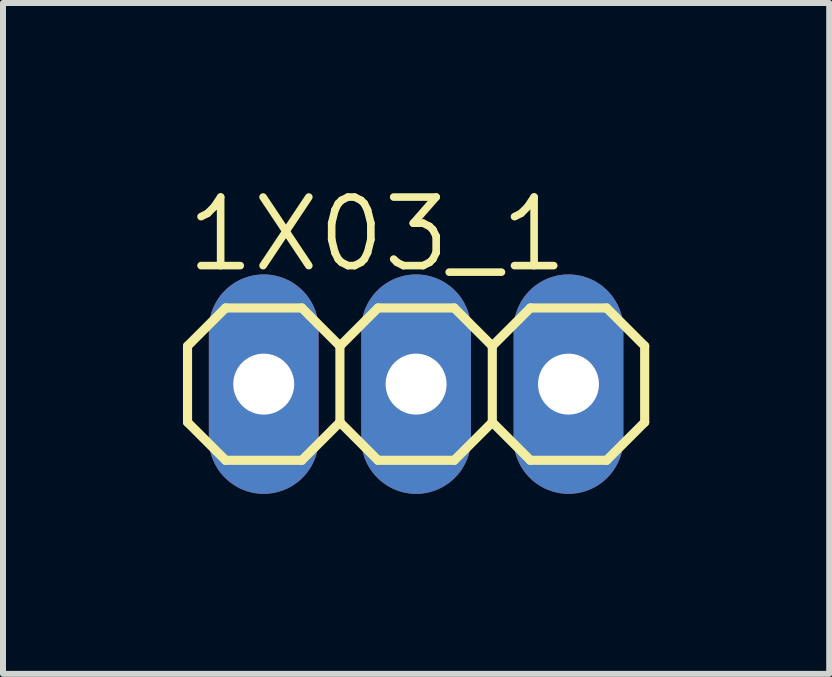
<source format=kicad_pcb>
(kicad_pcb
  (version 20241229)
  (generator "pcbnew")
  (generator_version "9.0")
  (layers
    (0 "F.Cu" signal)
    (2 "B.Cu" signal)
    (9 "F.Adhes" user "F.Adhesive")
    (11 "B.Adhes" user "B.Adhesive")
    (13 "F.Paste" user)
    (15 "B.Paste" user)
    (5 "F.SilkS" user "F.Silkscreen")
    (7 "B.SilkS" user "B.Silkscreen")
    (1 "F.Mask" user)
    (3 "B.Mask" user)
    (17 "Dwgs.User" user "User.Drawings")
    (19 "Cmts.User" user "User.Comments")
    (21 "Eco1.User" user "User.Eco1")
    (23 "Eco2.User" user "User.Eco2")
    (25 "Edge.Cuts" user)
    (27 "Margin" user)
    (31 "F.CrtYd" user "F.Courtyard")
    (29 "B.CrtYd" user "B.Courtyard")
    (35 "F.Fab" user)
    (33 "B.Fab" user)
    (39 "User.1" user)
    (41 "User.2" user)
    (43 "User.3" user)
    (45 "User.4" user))
  (footprint "1X03_1"
    (layer "F.Cu")
    (at 3.886 3.353)
    (property "Reference" "1X03_1" (at -3.886 -1.829 0) (unlocked yes) (layer "F.SilkS") (effects (font (size 1.143 1.143) (thickness 0.127)) (justify left bottom)))
    (fp_line (start -3.81 -0.635) (end -3.81 0.635) (stroke (width 0.152) (type solid)) (layer "F.SilkS"))
    (fp_line (start -3.81 0.635) (end -3.175 1.27) (stroke (width 0.152) (type solid)) (layer "F.SilkS"))
    (fp_line (start -3.175 -1.27) (end -3.81 -0.635) (stroke (width 0.152) (type solid)) (layer "F.SilkS"))
    (fp_line (start -3.175 -1.27) (end -1.905 -1.27) (stroke (width 0.152) (type solid)) (layer "F.SilkS"))
    (fp_line (start -1.905 -1.27) (end -1.27 -0.635) (stroke (width 0.152) (type solid)) (layer "F.SilkS"))
    (fp_line (start -1.905 1.27) (end -3.175 1.27) (stroke (width 0.152) (type solid)) (layer "F.SilkS"))
    (fp_line (start -1.27 -0.635) (end -1.27 0.635) (stroke (width 0.152) (type solid)) (layer "F.SilkS"))
    (fp_line (start -1.27 -0.635) (end -0.635 -1.27) (stroke (width 0.152) (type solid)) (layer "F.SilkS"))
    (fp_line (start -1.27 0.635) (end -1.905 1.27) (stroke (width 0.152) (type solid)) (layer "F.SilkS"))
    (fp_line (start -0.635 -1.27) (end 0.635 -1.27) (stroke (width 0.152) (type solid)) (layer "F.SilkS"))
    (fp_line (start -0.635 1.27) (end -1.27 0.635) (stroke (width 0.152) (type solid)) (layer "F.SilkS"))
    (fp_line (start 0.635 -1.27) (end 1.27 -0.635) (stroke (width 0.152) (type solid)) (layer "F.SilkS"))
    (fp_line (start 0.635 1.27) (end -0.635 1.27) (stroke (width 0.152) (type solid)) (layer "F.SilkS"))
    (fp_line (start 1.27 -0.635) (end 1.27 0.635) (stroke (width 0.152) (type solid)) (layer "F.SilkS"))
    (fp_line (start 1.27 -0.635) (end 1.905 -1.27) (stroke (width 0.152) (type solid)) (layer "F.SilkS"))
    (fp_line (start 1.27 0.635) (end 0.635 1.27) (stroke (width 0.152) (type solid)) (layer "F.SilkS"))
    (fp_line (start 1.905 -1.27) (end 3.175 -1.27) (stroke (width 0.152) (type solid)) (layer "F.SilkS"))
    (fp_line (start 1.905 1.27) (end 1.27 0.635) (stroke (width 0.152) (type solid)) (layer "F.SilkS"))
    (fp_line (start 3.175 -1.27) (end 3.81 -0.635) (stroke (width 0.152) (type solid)) (layer "F.SilkS"))
    (fp_line (start 3.175 1.27) (end 1.905 1.27) (stroke (width 0.152) (type solid)) (layer "F.SilkS"))
    (fp_line (start 3.81 -0.635) (end 3.81 0.635) (stroke (width 0.152) (type solid)) (layer "F.SilkS"))
    (fp_line (start 3.81 0.635) (end 3.175 1.27) (stroke (width 0.152) (type solid)) (layer "F.SilkS"))
    (fp_poly (pts (xy -2.794 0.254) (xy -2.286 0.254) (xy -2.286 -0.254) (xy -2.794 -0.254)) (stroke (width 0.1) (type default)) (fill no) (layer "F.Fab"))
    (fp_poly (pts (xy -0.254 0.254) (xy 0.254 0.254) (xy 0.254 -0.254) (xy -0.254 -0.254)) (stroke (width 0.1) (type default)) (fill no) (layer "F.Fab"))
    (fp_poly (pts (xy 2.286 0.254) (xy 2.794 0.254) (xy 2.794 -0.254) (xy 2.286 -0.254)) (stroke (width 0.1) (type default)) (fill no) (layer "F.Fab"))
    (pad "1" thru_hole oval (at -2.54 0 90) (size 3.658 1.829) (drill 1.016) (layers "*.Cu" "*.Mask"))
    (pad "2" thru_hole oval (at 0 0 90) (size 3.658 1.829) (drill 1.016) (layers "*.Cu" "*.Mask"))
    (pad "3" thru_hole oval (at 2.54 0 90) (size 3.658 1.829) (drill 1.016) (layers "*.Cu" "*.Mask")))
  (gr_rect
    (start -3 -3)
    (end 10.772 8.182)
    (stroke (width 0.1) (type default))
    (fill no)
    (layer "Edge.Cuts")))
</source>
